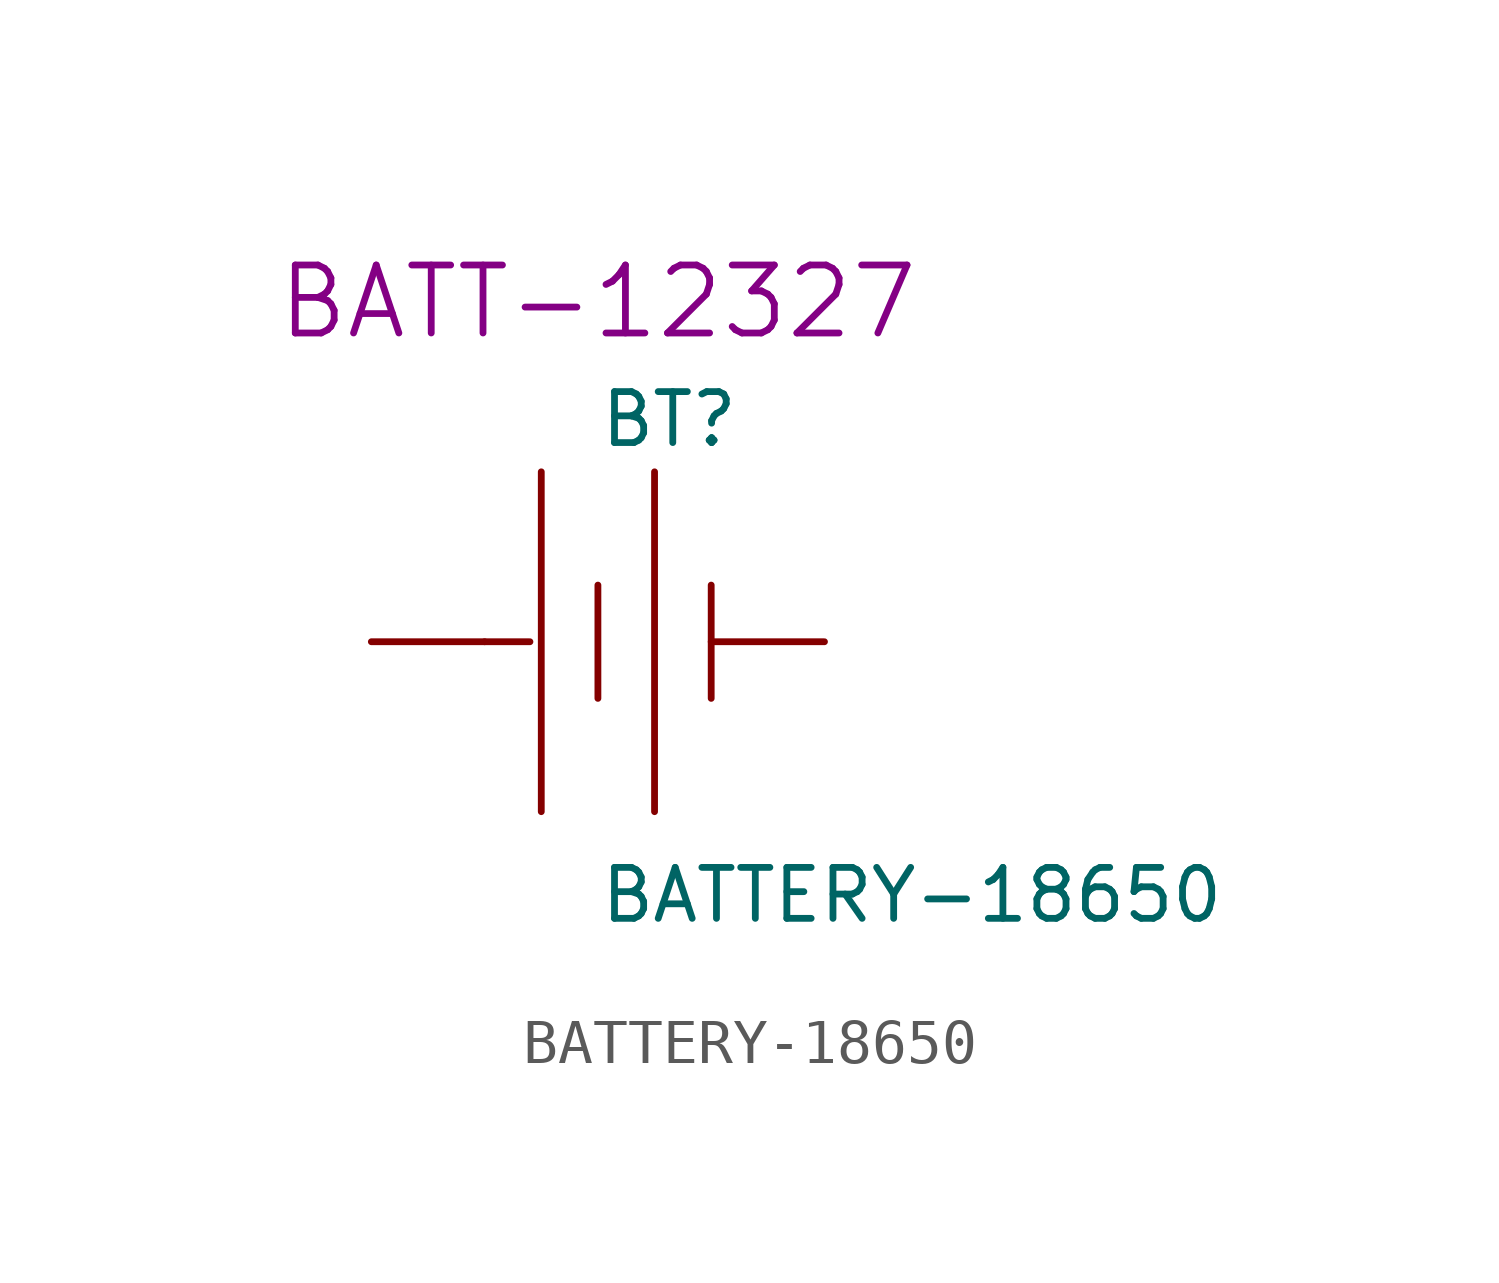
<source format=kicad_sym>
(kicad_symbol_lib
  (version 20211014)
  (generator kicad_symbol_editor)
  (symbol "BATTERY-18650"
    (pin_numbers hide)
    (pin_names
      (offset 1.016) hide)
    (property "Reference" "BT"
      (at 0 4.318 0)
      (effects (font (size 1.143 1.143)) (justify left bottom)))
    (property "Value" "BATTERY-18650"
      (at 0 -6.35 0)
      (effects (font (size 1.143 1.143)) (justify left bottom)))
    (property "Field4" "BATT-12327"
      (at 0 7.62 0)
      (effects (font (size 1.524 1.524))))
    (property "ki_locked" ""
      (at 0 0 0)
      (effects (font (size 1.27 1.27))))
    (symbol "BATTERY-18650_1_0"
      (polyline (pts (xy -2.54 0) (xy -1.524 0)) (stroke (width 0) (type default) (color 0 0 0 0)) (fill (type none)))
      (polyline (pts (xy -1.27 3.81) (xy -1.27 -3.81)) (stroke (width 0) (type default) (color 0 0 0 0)) (fill (type none)))
      (polyline (pts (xy 0 1.27) (xy 0 -1.27)) (stroke (width 0) (type default) (color 0 0 0 0)) (fill (type none)))
      (polyline (pts (xy 1.27 3.81) (xy 1.27 -3.81)) (stroke (width 0) (type default) (color 0 0 0 0)) (fill (type none)))
      (polyline (pts (xy 2.54 1.27) (xy 2.54 -1.27)) (stroke (width 0) (type default) (color 0 0 0 0)) (fill (type none))))
    (symbol "BATTERY-18650_1_1"
      (pin power_in line (at 5.08 0 180) (length 2.54) (name "-" (effects (font (size 1.016 1.016)))) (number "GND@" (effects (font (size 1.016 1.016)))))
      (pin power_in line (at -5.08 0 0) (length 2.54) (name "+" (effects (font (size 1.016 1.016)))) (number "PWR@" (effects (font (size 1.016 1.016))))))))
</source>
